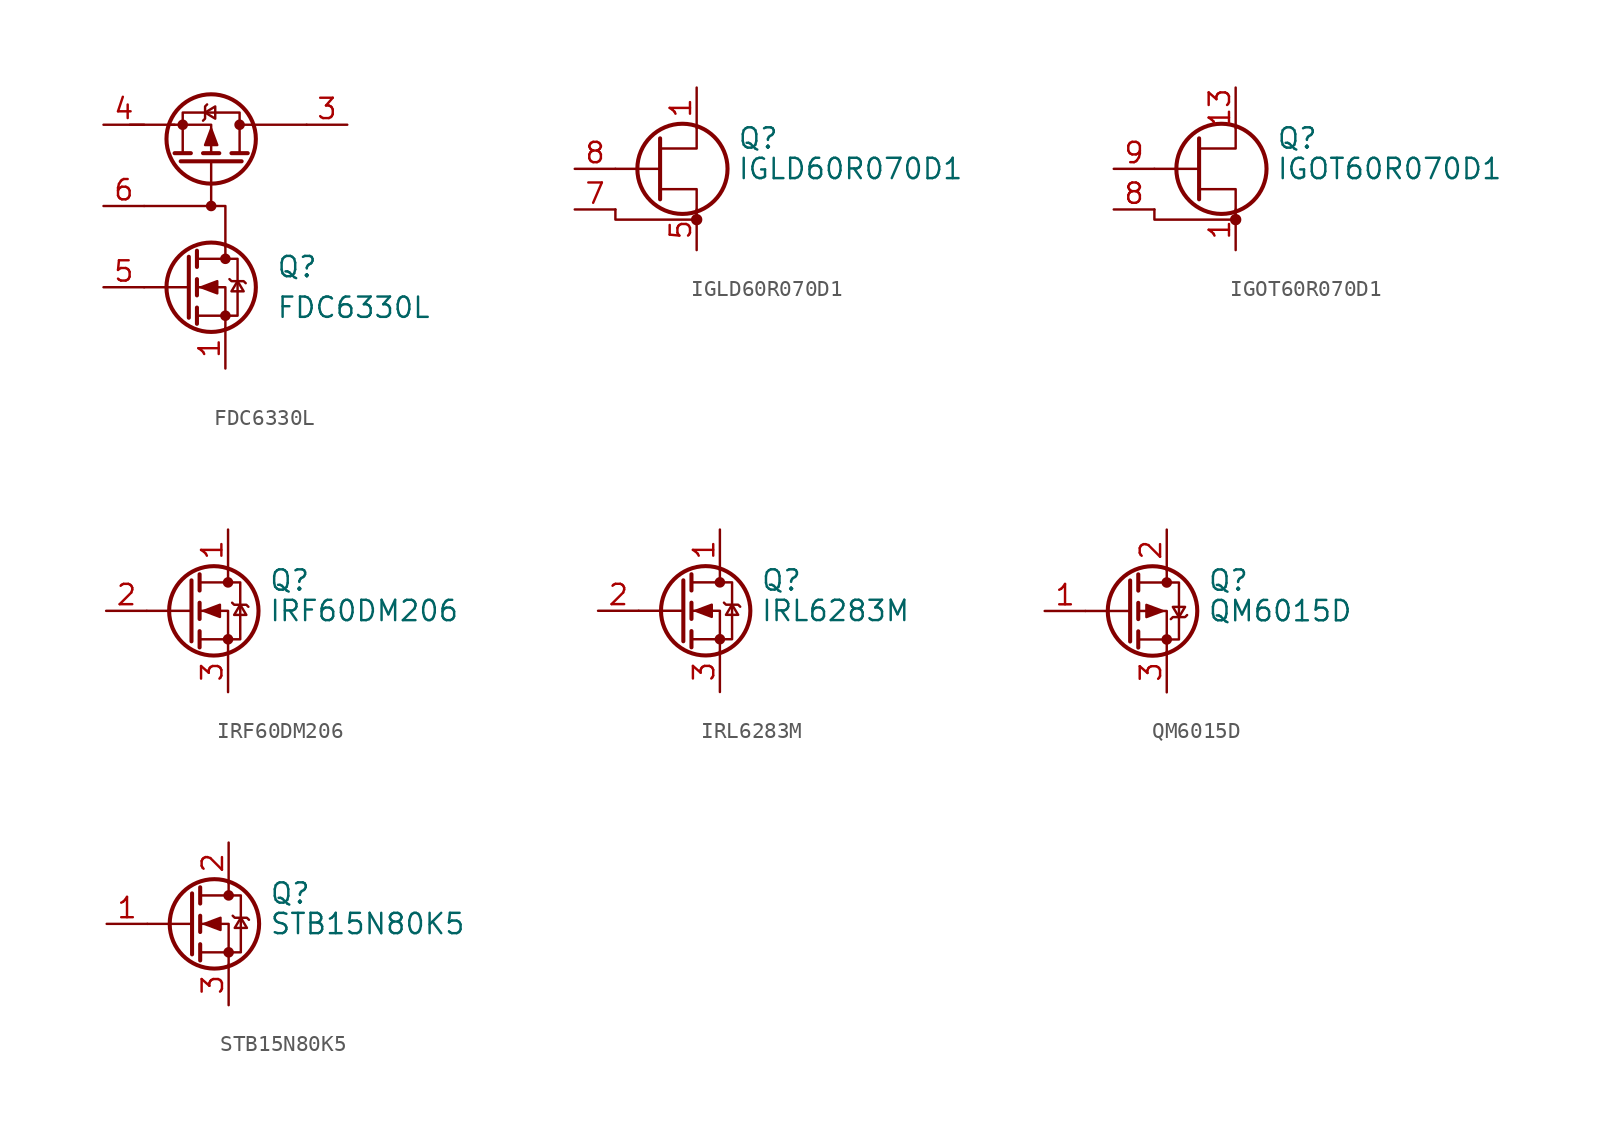
<source format=kicad_sym>
(kicad_symbol_lib
  (version 20210619)
  (generator kicad_symbol_editor)
  (symbol "Transistor_FET:FDC6330L"
    (pin_names hide)
    (property "Reference" "Q"
      (at 3.175 -1.27 0)
      (effects (font (size 1.27 1.27)) (justify left)))
    (property "Value" "FDC6330L"
      (at 3.175 -3.81 0)
      (effects (font (size 1.27 1.27)) (justify left)))
    (symbol "FDC6330L_0_1"
      (circle (center -0.889 -2.54) (radius 2.794) (stroke (width 0.254)) (fill (type none)))
      (circle (center 0 -4.318) (radius 0.254) (stroke (width 0)) (fill (type outline)))
      (circle (center 0 -0.762) (radius 0.254) (stroke (width 0)) (fill (type outline)))
      (polyline (pts (xy -2.286 -2.54) (xy -5.08 -2.54)) (stroke (width 0)) (fill (type none)))
      (polyline (pts (xy -2.286 -0.635) (xy -2.286 -4.445)) (stroke (width 0.254)) (fill (type none)))
      (polyline (pts (xy -1.778 -3.81) (xy -1.778 -4.826)) (stroke (width 0.254)) (fill (type none)))
      (polyline (pts (xy -1.778 -2.032) (xy -1.778 -3.048)) (stroke (width 0.254)) (fill (type none)))
      (polyline (pts (xy -1.778 -0.254) (xy -1.778 -1.27)) (stroke (width 0.254)) (fill (type none)))
      (polyline (pts (xy 0 0) (xy 0 -0.762)) (stroke (width 0)) (fill (type none)))
      (polyline (pts (xy 5.08 7.62) (xy 1.651 7.62)) (stroke (width 0)) (fill (type none)))
      (polyline (pts (xy -5.08 2.54) (xy 0 2.54) (xy 0 0)) (stroke (width 0)) (fill (type none)))
      (polyline (pts (xy 0 -5.08) (xy 0 -2.54) (xy -1.778 -2.54)) (stroke (width 0)) (fill (type none)))
      (polyline (pts (xy -1.778 -4.318) (xy 0.762 -4.318) (xy 0.762 -0.762) (xy -1.778 -0.762)) (stroke (width 0)) (fill (type none))))
    (symbol "FDC6330L_1_1"
      (circle (center -0.889 6.731) (radius 2.794) (stroke (width 0.254)) (fill (type none)))
      (circle (center -2.667 7.62) (radius 0.254) (stroke (width 0)) (fill (type outline)))
      (circle (center -0.889 2.54) (radius 0.254) (stroke (width 0)) (fill (type outline)))
      (circle (center 0.889 7.62) (radius 0.254) (stroke (width 0)) (fill (type outline)))
      (polyline (pts (xy -3.175 7.62) (xy -5.969 7.62)) (stroke (width 0)) (fill (type none)))
      (polyline (pts (xy -2.159 5.842) (xy -3.175 5.842)) (stroke (width 0.254)) (fill (type none)))
      (polyline (pts (xy -0.889 5.334) (xy -0.889 2.54)) (stroke (width 0)) (fill (type none)))
      (polyline (pts (xy -0.381 5.842) (xy -1.397 5.842)) (stroke (width 0.254)) (fill (type none)))
      (polyline (pts (xy 1.016 5.334) (xy -2.794 5.334)) (stroke (width 0.254)) (fill (type none)))
      (polyline (pts (xy 1.397 5.842) (xy 0.381 5.842)) (stroke (width 0.254)) (fill (type none)))
      (polyline (pts (xy 1.651 7.62) (xy 0.889 7.62)) (stroke (width 0)) (fill (type none)))
      (polyline (pts (xy -3.429 7.62) (xy -0.889 7.62) (xy -0.889 5.842)) (stroke (width 0)) (fill (type none)))
      (polyline (pts (xy -2.667 5.842) (xy -2.667 8.382) (xy 0.889 8.382) (xy 0.889 5.842)) (stroke (width 0)) (fill (type none)))
      (polyline (pts (xy -1.397 7.874) (xy -1.27 8.001) (xy -1.27 8.763) (xy -1.143 8.89)) (stroke (width 0)) (fill (type none)))
      (polyline (pts (xy -1.27 8.382) (xy -0.635 8.001) (xy -0.635 8.763) (xy -1.27 8.382)) (stroke (width 0)) (fill (type none)))
      (polyline (pts (xy 0.254 -2.032) (xy 0.381 -2.159) (xy 1.143 -2.159) (xy 1.27 -2.286)) (stroke (width 0)) (fill (type none)))
      (polyline (pts (xy 0.762 -2.159) (xy 0.381 -2.794) (xy 1.143 -2.794) (xy 0.762 -2.159)) (stroke (width 0)) (fill (type none)))
      (polyline (pts (xy -1.524 -2.54) (xy -0.508 -2.159) (xy -0.508 -2.921) (xy -1.524 -2.54)) (stroke (width 0)) (fill (type outline)))
      (polyline (pts (xy -0.889 7.366) (xy -0.508 6.35) (xy -1.27 6.35) (xy -0.889 7.366)) (stroke (width 0)) (fill (type outline)))
      (pin passive line (at 0 -7.62 90) (length 2.54) (name "S1" (effects (font (size 1.27 1.27)))) (number "1" (effects (font (size 1.27 1.27)))))
      (pin passive line (at 7.62 7.62 180) (length 2.54) hide (name "D2" (effects (font (size 1.27 1.27)))) (number "2" (effects (font (size 1.27 1.27)))))
      (pin passive line (at 7.62 7.62 180) (length 2.54) (name "D2" (effects (font (size 1.27 1.27)))) (number "3" (effects (font (size 1.27 1.27)))))
      (pin passive line (at -7.62 7.62 0) (length 2.54) (name "S2" (effects (font (size 1.27 1.27)))) (number "4" (effects (font (size 1.27 1.27)))))
      (pin passive line (at -7.62 -2.54 0) (length 2.54) (name "G1" (effects (font (size 1.27 1.27)))) (number "5" (effects (font (size 1.27 1.27)))))
      (pin passive line (at -7.62 2.54 0) (length 2.54) (name "D1" (effects (font (size 1.27 1.27)))) (number "6" (effects (font (size 1.27 1.27)))))))
  (symbol "Transistor_FET:IGLD60R070D1"
    (pin_names
      (offset 0) hide)
    (property "Reference" "Q"
      (at 5.08 1.905 0)
      (effects (font (size 1.27 1.27)) (justify left)))
    (property "Value" "IGLD60R070D1"
      (at 5.08 0 0)
      (effects (font (size 1.27 1.27)) (justify left)))
    (symbol "IGLD60R070D1_0_1"
      (circle (center 1.651 0) (radius 2.819) (stroke (width 0.254)) (fill (type none)))
      (circle (center 2.54 -3.175) (radius 0.279) (stroke (width 0)) (fill (type outline)))
      (polyline (pts (xy -2.54 0) (xy 0.254 0)) (stroke (width 0)) (fill (type none)))
      (polyline (pts (xy -2.54 -2.54) (xy -2.54 -3.175) (xy 2.54 -3.175)) (stroke (width 0)) (fill (type none)))
      (polyline (pts (xy 0.254 -1.27) (xy 2.54 -1.27) (xy 2.54 -2.54)) (stroke (width 0)) (fill (type none)))
      (polyline (pts (xy 0.254 1.905) (xy 0.254 -1.905) (xy 0.254 -1.905)) (stroke (width 0.254)) (fill (type none)))
      (polyline (pts (xy 2.54 2.54) (xy 2.54 1.27) (xy 0.254 1.27)) (stroke (width 0)) (fill (type none))))
    (symbol "IGLD60R070D1_1_1"
      (pin passive line (at 2.54 5.08 270) (length 2.54) (name "D" (effects (font (size 1.27 1.27)))) (number "1" (effects (font (size 1.27 1.27)))))
      (pin passive line (at 2.54 5.08 270) (length 2.54) hide (name "D" (effects (font (size 1.27 1.27)))) (number "2" (effects (font (size 1.27 1.27)))))
      (pin passive line (at 2.54 5.08 270) (length 2.54) hide (name "D" (effects (font (size 1.27 1.27)))) (number "3" (effects (font (size 1.27 1.27)))))
      (pin passive line (at 2.54 5.08 270) (length 2.54) hide (name "D" (effects (font (size 1.27 1.27)))) (number "4" (effects (font (size 1.27 1.27)))))
      (pin passive line (at 2.54 -5.08 90) (length 2.54) (name "S" (effects (font (size 1.27 1.27)))) (number "5" (effects (font (size 1.27 1.27)))))
      (pin passive line (at 2.54 -5.08 90) (length 2.54) hide (name "S" (effects (font (size 1.27 1.27)))) (number "6" (effects (font (size 1.27 1.27)))))
      (pin passive line (at -5.08 -2.54 0) (length 2.54) (name "SS" (effects (font (size 1.27 1.27)))) (number "7" (effects (font (size 1.27 1.27)))))
      (pin input line (at -5.08 0 0) (length 2.54) (name "G" (effects (font (size 1.27 1.27)))) (number "8" (effects (font (size 1.27 1.27)))))
      (pin passive line (at 2.54 -5.08 90) (length 2.54) hide (name "S" (effects (font (size 1.27 1.27)))) (number "9" (effects (font (size 1.27 1.27)))))))
  (symbol "Transistor_FET:IGOT60R070D1"
    (pin_names
      (offset 0) hide)
    (property "Reference" "Q"
      (at 5.08 1.905 0)
      (effects (font (size 1.27 1.27)) (justify left)))
    (property "Value" "IGOT60R070D1"
      (at 5.08 0 0)
      (effects (font (size 1.27 1.27)) (justify left)))
    (symbol "IGOT60R070D1_0_1"
      (circle (center 1.651 0) (radius 2.819) (stroke (width 0.254)) (fill (type none)))
      (circle (center 2.54 -3.175) (radius 0.279) (stroke (width 0)) (fill (type outline)))
      (polyline (pts (xy -2.54 0) (xy 0.254 0)) (stroke (width 0)) (fill (type none)))
      (polyline (pts (xy -2.54 -2.54) (xy -2.54 -3.175) (xy 2.54 -3.175)) (stroke (width 0)) (fill (type none)))
      (polyline (pts (xy 0.254 -1.27) (xy 2.54 -1.27) (xy 2.54 -2.54)) (stroke (width 0)) (fill (type none)))
      (polyline (pts (xy 0.254 1.905) (xy 0.254 -1.905) (xy 0.254 -1.905)) (stroke (width 0.254)) (fill (type none)))
      (polyline (pts (xy 2.54 2.54) (xy 2.54 1.27) (xy 0.254 1.27)) (stroke (width 0)) (fill (type none))))
    (symbol "IGOT60R070D1_1_1"
      (pin passive line (at 2.54 -5.08 90) (length 2.54) (name "S" (effects (font (size 1.27 1.27)))) (number "1" (effects (font (size 1.27 1.27)))))
      (pin input line (at -5.08 0 0) (length 2.54) hide (name "G" (effects (font (size 1.27 1.27)))) (number "10" (effects (font (size 1.27 1.27)))))
      (pin passive line (at 2.54 5.08 270) (length 2.54) (name "D" (effects (font (size 1.27 1.27)))) (number "13" (effects (font (size 1.27 1.27)))))
      (pin passive line (at 2.54 5.08 270) (length 2.54) hide (name "D" (effects (font (size 1.27 1.27)))) (number "14" (effects (font (size 1.27 1.27)))))
      (pin passive line (at 2.54 5.08 270) (length 2.54) hide (name "D" (effects (font (size 1.27 1.27)))) (number "15" (effects (font (size 1.27 1.27)))))
      (pin passive line (at 2.54 5.08 270) (length 2.54) hide (name "D" (effects (font (size 1.27 1.27)))) (number "16" (effects (font (size 1.27 1.27)))))
      (pin passive line (at 2.54 5.08 270) (length 2.54) hide (name "D" (effects (font (size 1.27 1.27)))) (number "17" (effects (font (size 1.27 1.27)))))
      (pin passive line (at 2.54 5.08 270) (length 2.54) hide (name "D" (effects (font (size 1.27 1.27)))) (number "18" (effects (font (size 1.27 1.27)))))
      (pin passive line (at 2.54 -5.08 90) (length 2.54) hide (name "S" (effects (font (size 1.27 1.27)))) (number "2" (effects (font (size 1.27 1.27)))))
      (pin passive line (at 2.54 -5.08 90) (length 2.54) hide (name "S" (effects (font (size 1.27 1.27)))) (number "3" (effects (font (size 1.27 1.27)))))
      (pin passive line (at 2.54 -5.08 90) (length 2.54) hide (name "S" (effects (font (size 1.27 1.27)))) (number "4" (effects (font (size 1.27 1.27)))))
      (pin passive line (at 2.54 -5.08 90) (length 2.54) hide (name "S" (effects (font (size 1.27 1.27)))) (number "5" (effects (font (size 1.27 1.27)))))
      (pin passive line (at 2.54 -5.08 90) (length 2.54) hide (name "S" (effects (font (size 1.27 1.27)))) (number "6" (effects (font (size 1.27 1.27)))))
      (pin passive line (at 2.54 -5.08 90) (length 2.54) hide (name "S" (effects (font (size 1.27 1.27)))) (number "7" (effects (font (size 1.27 1.27)))))
      (pin passive line (at -5.08 -2.54 0) (length 2.54) (name "SS" (effects (font (size 1.27 1.27)))) (number "8" (effects (font (size 1.27 1.27)))))
      (pin input line (at -5.08 0 0) (length 2.54) (name "G" (effects (font (size 1.27 1.27)))) (number "9" (effects (font (size 1.27 1.27)))))))
  (symbol "Transistor_FET:IRF60DM206"
    (pin_names hide)
    (property "Reference" "Q"
      (at 5.08 1.905 0)
      (effects (font (size 1.27 1.27)) (justify left)))
    (property "Value" "IRF60DM206"
      (at 5.08 0 0)
      (effects (font (size 1.27 1.27)) (justify left)))
    (symbol "IRF60DM206_0_1"
      (circle (center 1.651 0) (radius 2.794) (stroke (width 0.254)) (fill (type none)))
      (circle (center 2.54 -1.778) (radius 0.254) (stroke (width 0)) (fill (type outline)))
      (circle (center 2.54 1.778) (radius 0.254) (stroke (width 0)) (fill (type outline)))
      (polyline (pts (xy 0.254 0) (xy -2.54 0)) (stroke (width 0)) (fill (type none)))
      (polyline (pts (xy 0.254 1.905) (xy 0.254 -1.905)) (stroke (width 0.254)) (fill (type none)))
      (polyline (pts (xy 0.762 -1.27) (xy 0.762 -2.286)) (stroke (width 0.254)) (fill (type none)))
      (polyline (pts (xy 0.762 0.508) (xy 0.762 -0.508)) (stroke (width 0.254)) (fill (type none)))
      (polyline (pts (xy 0.762 2.286) (xy 0.762 1.27)) (stroke (width 0.254)) (fill (type none)))
      (polyline (pts (xy 2.54 2.54) (xy 2.54 1.778)) (stroke (width 0)) (fill (type none)))
      (polyline (pts (xy 2.54 -2.54) (xy 2.54 0) (xy 0.762 0)) (stroke (width 0)) (fill (type none)))
      (polyline (pts (xy 0.762 -1.778) (xy 3.302 -1.778) (xy 3.302 1.778) (xy 0.762 1.778)) (stroke (width 0)) (fill (type none)))
      (polyline (pts (xy 2.794 0.508) (xy 2.921 0.381) (xy 3.683 0.381) (xy 3.81 0.254)) (stroke (width 0)) (fill (type none)))
      (polyline (pts (xy 3.302 0.381) (xy 2.921 -0.254) (xy 3.683 -0.254) (xy 3.302 0.381)) (stroke (width 0)) (fill (type none)))
      (polyline (pts (xy 1.016 0) (xy 2.032 0.381) (xy 2.032 -0.381) (xy 1.016 0)) (stroke (width 0)) (fill (type outline))))
    (symbol "IRF60DM206_1_1"
      (pin passive line (at 2.54 5.08 270) (length 2.54) (name "D" (effects (font (size 1.27 1.27)))) (number "1" (effects (font (size 1.27 1.27)))))
      (pin input line (at -5.08 0 0) (length 2.54) (name "G" (effects (font (size 1.27 1.27)))) (number "2" (effects (font (size 1.27 1.27)))))
      (pin passive line (at 2.54 -5.08 90) (length 2.54) (name "S" (effects (font (size 1.27 1.27)))) (number "3" (effects (font (size 1.27 1.27)))))))
  (symbol "Transistor_FET:IRL6283M"
    (pin_names hide)
    (property "Reference" "Q"
      (at 5.08 1.905 0)
      (effects (font (size 1.27 1.27)) (justify left)))
    (property "Value" "IRL6283M"
      (at 5.08 0 0)
      (effects (font (size 1.27 1.27)) (justify left)))
    (symbol "IRL6283M_0_1"
      (circle (center 1.651 0) (radius 2.794) (stroke (width 0.254)) (fill (type none)))
      (circle (center 2.54 -1.778) (radius 0.254) (stroke (width 0)) (fill (type outline)))
      (circle (center 2.54 1.778) (radius 0.254) (stroke (width 0)) (fill (type outline)))
      (polyline (pts (xy 0.254 0) (xy -2.54 0)) (stroke (width 0)) (fill (type none)))
      (polyline (pts (xy 0.254 1.905) (xy 0.254 -1.905)) (stroke (width 0.254)) (fill (type none)))
      (polyline (pts (xy 0.762 -1.27) (xy 0.762 -2.286)) (stroke (width 0.254)) (fill (type none)))
      (polyline (pts (xy 0.762 0.508) (xy 0.762 -0.508)) (stroke (width 0.254)) (fill (type none)))
      (polyline (pts (xy 0.762 2.286) (xy 0.762 1.27)) (stroke (width 0.254)) (fill (type none)))
      (polyline (pts (xy 2.54 2.54) (xy 2.54 1.778)) (stroke (width 0)) (fill (type none)))
      (polyline (pts (xy 2.54 -2.54) (xy 2.54 0) (xy 0.762 0)) (stroke (width 0)) (fill (type none)))
      (polyline (pts (xy 0.762 -1.778) (xy 3.302 -1.778) (xy 3.302 1.778) (xy 0.762 1.778)) (stroke (width 0)) (fill (type none)))
      (polyline (pts (xy 2.794 0.508) (xy 2.921 0.381) (xy 3.683 0.381) (xy 3.81 0.254)) (stroke (width 0)) (fill (type none)))
      (polyline (pts (xy 3.302 0.381) (xy 2.921 -0.254) (xy 3.683 -0.254) (xy 3.302 0.381)) (stroke (width 0)) (fill (type none)))
      (polyline (pts (xy 1.016 0) (xy 2.032 0.381) (xy 2.032 -0.381) (xy 1.016 0)) (stroke (width 0)) (fill (type outline))))
    (symbol "IRL6283M_1_1"
      (pin passive line (at 2.54 5.08 270) (length 2.54) (name "D" (effects (font (size 1.27 1.27)))) (number "1" (effects (font (size 1.27 1.27)))))
      (pin input line (at -5.08 0 0) (length 2.54) (name "G" (effects (font (size 1.27 1.27)))) (number "2" (effects (font (size 1.27 1.27)))))
      (pin passive line (at 2.54 -5.08 90) (length 2.54) (name "S" (effects (font (size 1.27 1.27)))) (number "3" (effects (font (size 1.27 1.27)))))))
  (symbol "Transistor_FET:QM6015D"
    (pin_names hide)
    (property "Reference" "Q"
      (at 5.08 1.905 0)
      (effects (font (size 1.27 1.27)) (justify left)))
    (property "Value" "QM6015D"
      (at 5.08 0 0)
      (effects (font (size 1.27 1.27)) (justify left)))
    (symbol "QM6015D_0_1"
      (circle (center 1.651 0) (radius 2.794) (stroke (width 0.254)) (fill (type none)))
      (circle (center 2.54 -1.778) (radius 0.254) (stroke (width 0)) (fill (type outline)))
      (circle (center 2.54 1.778) (radius 0.254) (stroke (width 0)) (fill (type outline)))
      (polyline (pts (xy 0.254 0) (xy -2.54 0)) (stroke (width 0)) (fill (type none)))
      (polyline (pts (xy 0.254 1.905) (xy 0.254 -1.905)) (stroke (width 0.254)) (fill (type none)))
      (polyline (pts (xy 0.762 -1.27) (xy 0.762 -2.286)) (stroke (width 0.254)) (fill (type none)))
      (polyline (pts (xy 0.762 0.508) (xy 0.762 -0.508)) (stroke (width 0.254)) (fill (type none)))
      (polyline (pts (xy 0.762 2.286) (xy 0.762 1.27)) (stroke (width 0.254)) (fill (type none)))
      (polyline (pts (xy 2.54 2.54) (xy 2.54 1.778)) (stroke (width 0)) (fill (type none)))
      (polyline (pts (xy 2.54 -2.54) (xy 2.54 0) (xy 0.762 0)) (stroke (width 0)) (fill (type none)))
      (polyline (pts (xy 0.762 1.778) (xy 3.302 1.778) (xy 3.302 -1.778) (xy 0.762 -1.778)) (stroke (width 0)) (fill (type none)))
      (polyline (pts (xy 2.794 -0.508) (xy 2.921 -0.381) (xy 3.683 -0.381) (xy 3.81 -0.254)) (stroke (width 0)) (fill (type none)))
      (polyline (pts (xy 3.302 -0.381) (xy 2.921 0.254) (xy 3.683 0.254) (xy 3.302 -0.381)) (stroke (width 0)) (fill (type none)))
      (polyline (pts (xy 2.286 0) (xy 1.27 0.381) (xy 1.27 -0.381) (xy 2.286 0)) (stroke (width 0)) (fill (type outline))))
    (symbol "QM6015D_1_1"
      (pin passive line (at -5.08 0 0) (length 2.54) (name "G" (effects (font (size 1.27 1.27)))) (number "1" (effects (font (size 1.27 1.27)))))
      (pin passive line (at 2.54 5.08 270) (length 2.54) (name "D" (effects (font (size 1.27 1.27)))) (number "2" (effects (font (size 1.27 1.27)))))
      (pin passive line (at 2.54 -5.08 90) (length 2.54) (name "S" (effects (font (size 1.27 1.27)))) (number "3" (effects (font (size 1.27 1.27)))))))
  (symbol "Transistor_FET:STB15N80K5"
    (pin_names hide)
    (property "Reference" "Q"
      (at 5.08 1.905 0)
      (effects (font (size 1.27 1.27)) (justify left)))
    (property "Value" "STB15N80K5"
      (at 5.08 0 0)
      (effects (font (size 1.27 1.27)) (justify left)))
    (symbol "STB15N80K5_0_1"
      (circle (center 1.651 0) (radius 2.794) (stroke (width 0.254)) (fill (type none)))
      (circle (center 2.54 -1.778) (radius 0.254) (stroke (width 0)) (fill (type outline)))
      (circle (center 2.54 1.778) (radius 0.254) (stroke (width 0)) (fill (type outline)))
      (polyline (pts (xy 0.254 0) (xy -2.54 0)) (stroke (width 0)) (fill (type none)))
      (polyline (pts (xy 0.254 1.905) (xy 0.254 -1.905)) (stroke (width 0.254)) (fill (type none)))
      (polyline (pts (xy 0.762 -1.27) (xy 0.762 -2.286)) (stroke (width 0.254)) (fill (type none)))
      (polyline (pts (xy 0.762 0.508) (xy 0.762 -0.508)) (stroke (width 0.254)) (fill (type none)))
      (polyline (pts (xy 0.762 2.286) (xy 0.762 1.27)) (stroke (width 0.254)) (fill (type none)))
      (polyline (pts (xy 2.54 2.54) (xy 2.54 1.778)) (stroke (width 0)) (fill (type none)))
      (polyline (pts (xy 2.54 -2.54) (xy 2.54 0) (xy 0.762 0)) (stroke (width 0)) (fill (type none)))
      (polyline (pts (xy 0.762 -1.778) (xy 3.302 -1.778) (xy 3.302 1.778) (xy 0.762 1.778)) (stroke (width 0)) (fill (type none)))
      (polyline (pts (xy 2.794 0.508) (xy 2.921 0.381) (xy 3.683 0.381) (xy 3.81 0.254)) (stroke (width 0)) (fill (type none)))
      (polyline (pts (xy 3.302 0.381) (xy 2.921 -0.254) (xy 3.683 -0.254) (xy 3.302 0.381)) (stroke (width 0)) (fill (type none)))
      (polyline (pts (xy 1.016 0) (xy 2.032 0.381) (xy 2.032 -0.381) (xy 1.016 0)) (stroke (width 0)) (fill (type outline))))
    (symbol "STB15N80K5_1_1"
      (pin passive line (at -5.08 0 0) (length 2.54) (name "G" (effects (font (size 1.27 1.27)))) (number "1" (effects (font (size 1.27 1.27)))))
      (pin passive line (at 2.54 5.08 270) (length 2.54) (name "D" (effects (font (size 1.27 1.27)))) (number "2" (effects (font (size 1.27 1.27)))))
      (pin passive line (at 2.54 -5.08 90) (length 2.54) (name "S" (effects (font (size 1.27 1.27)))) (number "3" (effects (font (size 1.27 1.27))))))))
</source>
